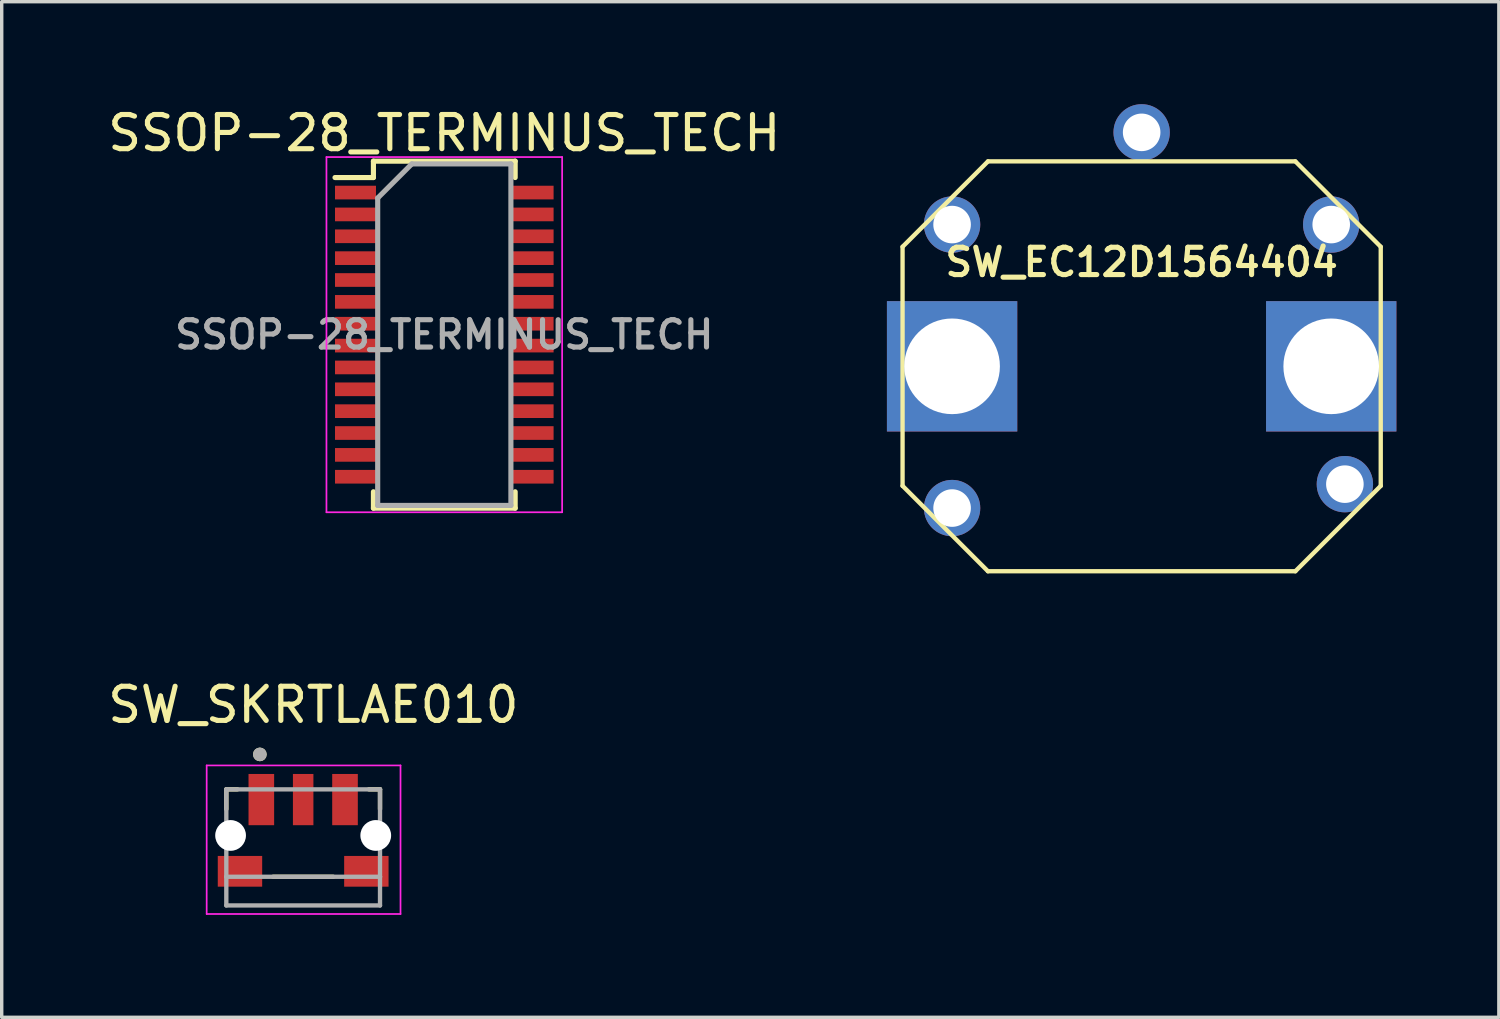
<source format=kicad_pcb>
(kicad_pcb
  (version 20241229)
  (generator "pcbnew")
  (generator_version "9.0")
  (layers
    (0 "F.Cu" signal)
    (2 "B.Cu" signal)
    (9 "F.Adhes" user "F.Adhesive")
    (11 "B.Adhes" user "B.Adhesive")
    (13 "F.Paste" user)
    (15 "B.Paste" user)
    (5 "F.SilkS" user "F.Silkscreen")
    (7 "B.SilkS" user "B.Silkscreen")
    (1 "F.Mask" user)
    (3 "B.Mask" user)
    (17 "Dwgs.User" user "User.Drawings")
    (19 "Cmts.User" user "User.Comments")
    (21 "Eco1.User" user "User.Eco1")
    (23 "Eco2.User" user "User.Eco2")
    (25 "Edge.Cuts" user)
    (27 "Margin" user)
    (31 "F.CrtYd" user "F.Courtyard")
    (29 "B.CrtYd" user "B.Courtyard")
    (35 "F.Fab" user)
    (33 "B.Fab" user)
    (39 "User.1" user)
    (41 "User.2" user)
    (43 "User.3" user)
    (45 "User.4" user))
  (footprint "SW_SKRTLAE010"
    (layer "F.Cu")
    (at 5.826 21.41)
    (property "Reference" "SW_SKRTLAE010" (at 0.299 -3.823 0) (layer "F.SilkS") (effects (font (size 1 1) (thickness 0.15))))
    (attr smd)
    (fp_line (start -2.25 -1.35) (end -1.924 -1.35) (stroke (width 0.127) (type solid)) (layer "F.SilkS"))
    (fp_line (start -2.25 -0.77) (end -2.25 -1.35) (stroke (width 0.127) (type solid)) (layer "F.SilkS"))
    (fp_line (start -0.88 1.21) (end 0.88 1.21) (stroke (width 0.127) (type solid)) (layer "F.SilkS"))
    (fp_line (start 1.924 -1.35) (end 2.25 -1.35) (stroke (width 0.127) (type solid)) (layer "F.SilkS"))
    (fp_line (start 2.25 -1.35) (end 2.25 -0.77) (stroke (width 0.127) (type solid)) (layer "F.SilkS"))
    (fp_circle (center -1.268 -2.373) (end -1.168 -2.373) (stroke (width 0.2) (type solid)) (fill no) (layer "F.SilkS"))
    (fp_line (start -2.825 -2.05) (end -2.825 2.3) (stroke (width 0.05) (type solid)) (layer "F.CrtYd"))
    (fp_line (start -2.825 2.3) (end 2.85 2.3) (stroke (width 0.05) (type solid)) (layer "F.CrtYd"))
    (fp_line (start 2.85 -2.05) (end -2.825 -2.05) (stroke (width 0.05) (type solid)) (layer "F.CrtYd"))
    (fp_line (start 2.85 2.3) (end 2.85 -2.05) (stroke (width 0.05) (type solid)) (layer "F.CrtYd"))
    (fp_line (start -2.25 -1.35) (end 2.25 -1.35) (stroke (width 0.127) (type solid)) (layer "F.Fab"))
    (fp_line (start -2.25 1.21) (end -2.25 -1.35) (stroke (width 0.127) (type solid)) (layer "F.Fab"))
    (fp_line (start -2.25 1.21) (end 2.25 1.21) (stroke (width 0.127) (type solid)) (layer "F.Fab"))
    (fp_line (start -2.25 2.05) (end -2.25 1.21) (stroke (width 0.127) (type solid)) (layer "F.Fab"))
    (fp_line (start 2.25 -1.35) (end 2.25 1.21) (stroke (width 0.127) (type solid)) (layer "F.Fab"))
    (fp_line (start 2.25 1.21) (end 2.25 2.05) (stroke (width 0.127) (type solid)) (layer "F.Fab"))
    (fp_line (start 2.25 2.05) (end -2.25 2.05) (stroke (width 0.127) (type solid)) (layer "F.Fab"))
    (fp_circle (center -1.268 -2.373) (end -1.168 -2.373) (stroke (width 0.2) (type solid)) (fill no) (layer "F.Fab"))
    (pad "" np_thru_hole circle (at -2.125 0) (size 0.9 0.9) (drill 0.9) (layers "*.Cu" "*.Mask"))
    (pad "" np_thru_hole circle (at 2.125 0) (size 0.9 0.9) (drill 0.9) (layers "*.Cu" "*.Mask"))
    (pad "1" smd rect (at -1.225 -1.05) (size 0.75 1.5) (layers "F.Cu" "F.Mask" "F.Paste"))
    (pad "1" smd rect (at 1.225 -1.05) (size 0.75 1.5) (layers "F.Cu" "F.Mask" "F.Paste"))
    (pad "2" smd rect (at 0 -1.05) (size 0.6 1.5) (layers "F.Cu" "F.Mask" "F.Paste"))
    (pad "3" smd rect (at -1.85 1.05) (size 1.3 0.9) (layers "F.Cu" "F.Mask" "F.Paste"))
    (pad "3" smd rect (at 1.85 1.05) (size 1.3 0.9) (layers "F.Cu" "F.Mask" "F.Paste"))
    (zone (net_name "") (layer "F.Cu") (hatch full 0.508) (connect_pads) (min_thickness 0.01) (filled_areas_thickness no) (keepout (tracks not_allowed) (vias not_allowed) (pads not_allowed) (copperpour not_allowed) (footprints allowed)) (placement (enabled no)) (fill) (polygon (pts (xy 4.826 21.71) (xy 6.826 21.71) (xy 6.826 22.91) (xy 4.826 22.91))))
    (zone (net_name "") (layers "F.Cu" "B.Cu") (hatch full 0.508) (connect_pads) (min_thickness 0.01) (filled_areas_thickness no) (keepout (tracks allowed) (vias not_allowed) (pads allowed) (copperpour allowed) (footprints allowed)) (placement (enabled no)) (fill) (polygon (pts (xy 4.826 21.71) (xy 6.826 21.71) (xy 6.826 22.91) (xy 4.826 22.91)))))
  (footprint "SSOP-28_TERMINUS_TECH"
    (layer "F.Cu")
    (at 9.958 6.748)
    (property "Reference" "SSOP-28_TERMINUS_TECH" (at 0 -5.9 0) (layer "F.SilkS") (effects (font (size 1 1) (thickness 0.15))))
    (attr smd)
    (fp_line (start -2.075 -5.08) (end -2.075 -4.6) (stroke (width 0.15) (type solid)) (layer "F.SilkS"))
    (fp_line (start -2.075 -5.08) (end 2.075 -5.08) (stroke (width 0.15) (type solid)) (layer "F.SilkS"))
    (fp_line (start -2.075 -4.6) (end -3.2 -4.6) (stroke (width 0.15) (type solid)) (layer "F.SilkS"))
    (fp_line (start -2.075 5.08) (end -2.075 4.6) (stroke (width 0.15) (type solid)) (layer "F.SilkS"))
    (fp_line (start -2.075 5.08) (end 2.075 5.08) (stroke (width 0.15) (type solid)) (layer "F.SilkS"))
    (fp_line (start 2.075 -5.08) (end 2.075 -4.6) (stroke (width 0.15) (type solid)) (layer "F.SilkS"))
    (fp_line (start 2.075 5.08) (end 2.075 4.6) (stroke (width 0.15) (type solid)) (layer "F.SilkS"))
    (fp_line (start -3.45 -5.2) (end -3.45 5.2) (stroke (width 0.05) (type solid)) (layer "F.CrtYd"))
    (fp_line (start -3.45 -5.2) (end 3.45 -5.2) (stroke (width 0.05) (type solid)) (layer "F.CrtYd"))
    (fp_line (start -3.45 5.2) (end 3.45 5.2) (stroke (width 0.05) (type solid)) (layer "F.CrtYd"))
    (fp_line (start 3.45 -5.2) (end 3.45 5.2) (stroke (width 0.05) (type solid)) (layer "F.CrtYd"))
    (fp_line (start -1.95 -4) (end -0.95 -5) (stroke (width 0.15) (type solid)) (layer "F.Fab"))
    (fp_line (start -1.95 5) (end -1.95 -4) (stroke (width 0.15) (type solid)) (layer "F.Fab"))
    (fp_line (start -0.95 -5) (end 1.95 -5) (stroke (width 0.15) (type solid)) (layer "F.Fab"))
    (fp_line (start 1.95 -5) (end 1.95 5) (stroke (width 0.15) (type solid)) (layer "F.Fab"))
    (fp_line (start 1.95 5) (end -1.95 5) (stroke (width 0.15) (type solid)) (layer "F.Fab"))
    (fp_text user "${REFERENCE}" (at 0 0 0) (layer "F.Fab") (effects (font (size 0.8 0.8) (thickness 0.15))))
    (pad "1" smd rect (at -2.6 -4.16) (size 1.2 0.4) (layers "F.Cu" "F.Mask" "F.Paste"))
    (pad "2" smd rect (at -2.6 -3.52) (size 1.2 0.4) (layers "F.Cu" "F.Mask" "F.Paste"))
    (pad "3" smd rect (at -2.6 -2.88) (size 1.2 0.4) (layers "F.Cu" "F.Mask" "F.Paste"))
    (pad "4" smd rect (at -2.6 -2.24) (size 1.2 0.4) (layers "F.Cu" "F.Mask" "F.Paste"))
    (pad "5" smd rect (at -2.6 -1.6) (size 1.2 0.4) (layers "F.Cu" "F.Mask" "F.Paste"))
    (pad "6" smd rect (at -2.6 -0.96) (size 1.2 0.4) (layers "F.Cu" "F.Mask" "F.Paste"))
    (pad "7" smd rect (at -2.6 -0.32) (size 1.2 0.4) (layers "F.Cu" "F.Mask" "F.Paste"))
    (pad "8" smd rect (at -2.6 0.32) (size 1.2 0.4) (layers "F.Cu" "F.Mask" "F.Paste"))
    (pad "9" smd rect (at -2.6 0.96) (size 1.2 0.4) (layers "F.Cu" "F.Mask" "F.Paste"))
    (pad "10" smd rect (at -2.6 1.6) (size 1.2 0.4) (layers "F.Cu" "F.Mask" "F.Paste"))
    (pad "11" smd rect (at -2.6 2.24) (size 1.2 0.4) (layers "F.Cu" "F.Mask" "F.Paste"))
    (pad "12" smd rect (at -2.6 2.88) (size 1.2 0.4) (layers "F.Cu" "F.Mask" "F.Paste"))
    (pad "13" smd rect (at -2.6 3.52) (size 1.2 0.4) (layers "F.Cu" "F.Mask" "F.Paste"))
    (pad "14" smd rect (at -2.6 4.16) (size 1.2 0.4) (layers "F.Cu" "F.Mask" "F.Paste"))
    (pad "15" smd rect (at 2.6 4.16) (size 1.2 0.4) (layers "F.Cu" "F.Mask" "F.Paste"))
    (pad "16" smd rect (at 2.6 3.52) (size 1.2 0.4) (layers "F.Cu" "F.Mask" "F.Paste"))
    (pad "17" smd rect (at 2.6 2.88) (size 1.2 0.4) (layers "F.Cu" "F.Mask" "F.Paste"))
    (pad "18" smd rect (at 2.6 2.24) (size 1.2 0.4) (layers "F.Cu" "F.Mask" "F.Paste"))
    (pad "19" smd rect (at 2.6 1.6) (size 1.2 0.4) (layers "F.Cu" "F.Mask" "F.Paste"))
    (pad "20" smd rect (at 2.6 0.96) (size 1.2 0.4) (layers "F.Cu" "F.Mask" "F.Paste"))
    (pad "21" smd rect (at 2.6 0.32) (size 1.2 0.4) (layers "F.Cu" "F.Mask" "F.Paste"))
    (pad "22" smd rect (at 2.6 -0.32) (size 1.2 0.4) (layers "F.Cu" "F.Mask" "F.Paste"))
    (pad "23" smd rect (at 2.6 -0.96) (size 1.2 0.4) (layers "F.Cu" "F.Mask" "F.Paste"))
    (pad "24" smd rect (at 2.6 -1.6) (size 1.2 0.4) (layers "F.Cu" "F.Mask" "F.Paste"))
    (pad "25" smd rect (at 2.6 -2.24) (size 1.2 0.4) (layers "F.Cu" "F.Mask" "F.Paste"))
    (pad "26" smd rect (at 2.6 -2.88) (size 1.2 0.4) (layers "F.Cu" "F.Mask" "F.Paste"))
    (pad "27" smd rect (at 2.6 -3.52) (size 1.2 0.4) (layers "F.Cu" "F.Mask" "F.Paste"))
    (pad "28" smd rect (at 2.6 -4.16) (size 1.2 0.4) (layers "F.Cu" "F.Mask" "F.Paste")))
  (footprint "SW_EC12D1564404"
    (layer "F.Cu")
    (at 30.375 7.675)
    (property "Reference" "SW_EC12D1564404" (at 0 -3.048 0) (layer "F.SilkS") (effects (font (size 0.8 0.8) (thickness 0.15))))
    (attr through_hole)
    (fp_line (start -7 -3.5) (end -4.5 -6) (stroke (width 0.127) (type solid)) (layer "F.SilkS"))
    (fp_line (start -7 3.5) (end -7 -3.5) (stroke (width 0.127) (type solid)) (layer "F.SilkS"))
    (fp_line (start -4.5 -6) (end 4.5 -6) (stroke (width 0.127) (type solid)) (layer "F.SilkS"))
    (fp_line (start -4.5 6) (end -7 3.5) (stroke (width 0.127) (type solid)) (layer "F.SilkS"))
    (fp_line (start 4.5 -6) (end 7 -3.5) (stroke (width 0.127) (type solid)) (layer "F.SilkS"))
    (fp_line (start 4.5 6) (end -4.5 6) (stroke (width 0.127) (type solid)) (layer "F.SilkS"))
    (fp_line (start 7 -3.5) (end 7 3.5) (stroke (width 0.127) (type solid)) (layer "F.SilkS"))
    (fp_line (start 7 3.5) (end 4.5 6) (stroke (width 0.127) (type solid)) (layer "F.SilkS"))
    (pad "" thru_hole rect (at -5.55 0) (size 3.816 3.816) (drill 2.8) (layers "*.Cu" "*.Mask"))
    (pad "" thru_hole rect (at 5.55 0) (size 3.816 3.816) (drill 2.8) (layers "*.Cu" "*.Mask"))
    (pad "A" thru_hole circle (at -5.55 -4.15) (size 1.65 1.65) (drill 1.1) (layers "*.Cu" "*.Mask"))
    (pad "B" thru_hole circle (at 5.55 -4.15) (size 1.65 1.65) (drill 1.1) (layers "*.Cu" "*.Mask"))
    (pad "C" thru_hole circle (at -5.55 4.15) (size 1.65 1.65) (drill 1.1) (layers "*.Cu" "*.Mask"))
    (pad "S1" thru_hole circle (at 5.95 3.45) (size 1.65 1.65) (drill 1.1) (layers "*.Cu" "*.Mask"))
    (pad "S2" thru_hole circle (at 0 -6.85) (size 1.65 1.65) (drill 1.1) (layers "*.Cu" "*.Mask")))
  (gr_rect
    (start -3 -3)
    (end 40.833 26.735)
    (stroke (width 0.1) (type default))
    (fill no)
    (layer "Edge.Cuts")))
</source>
